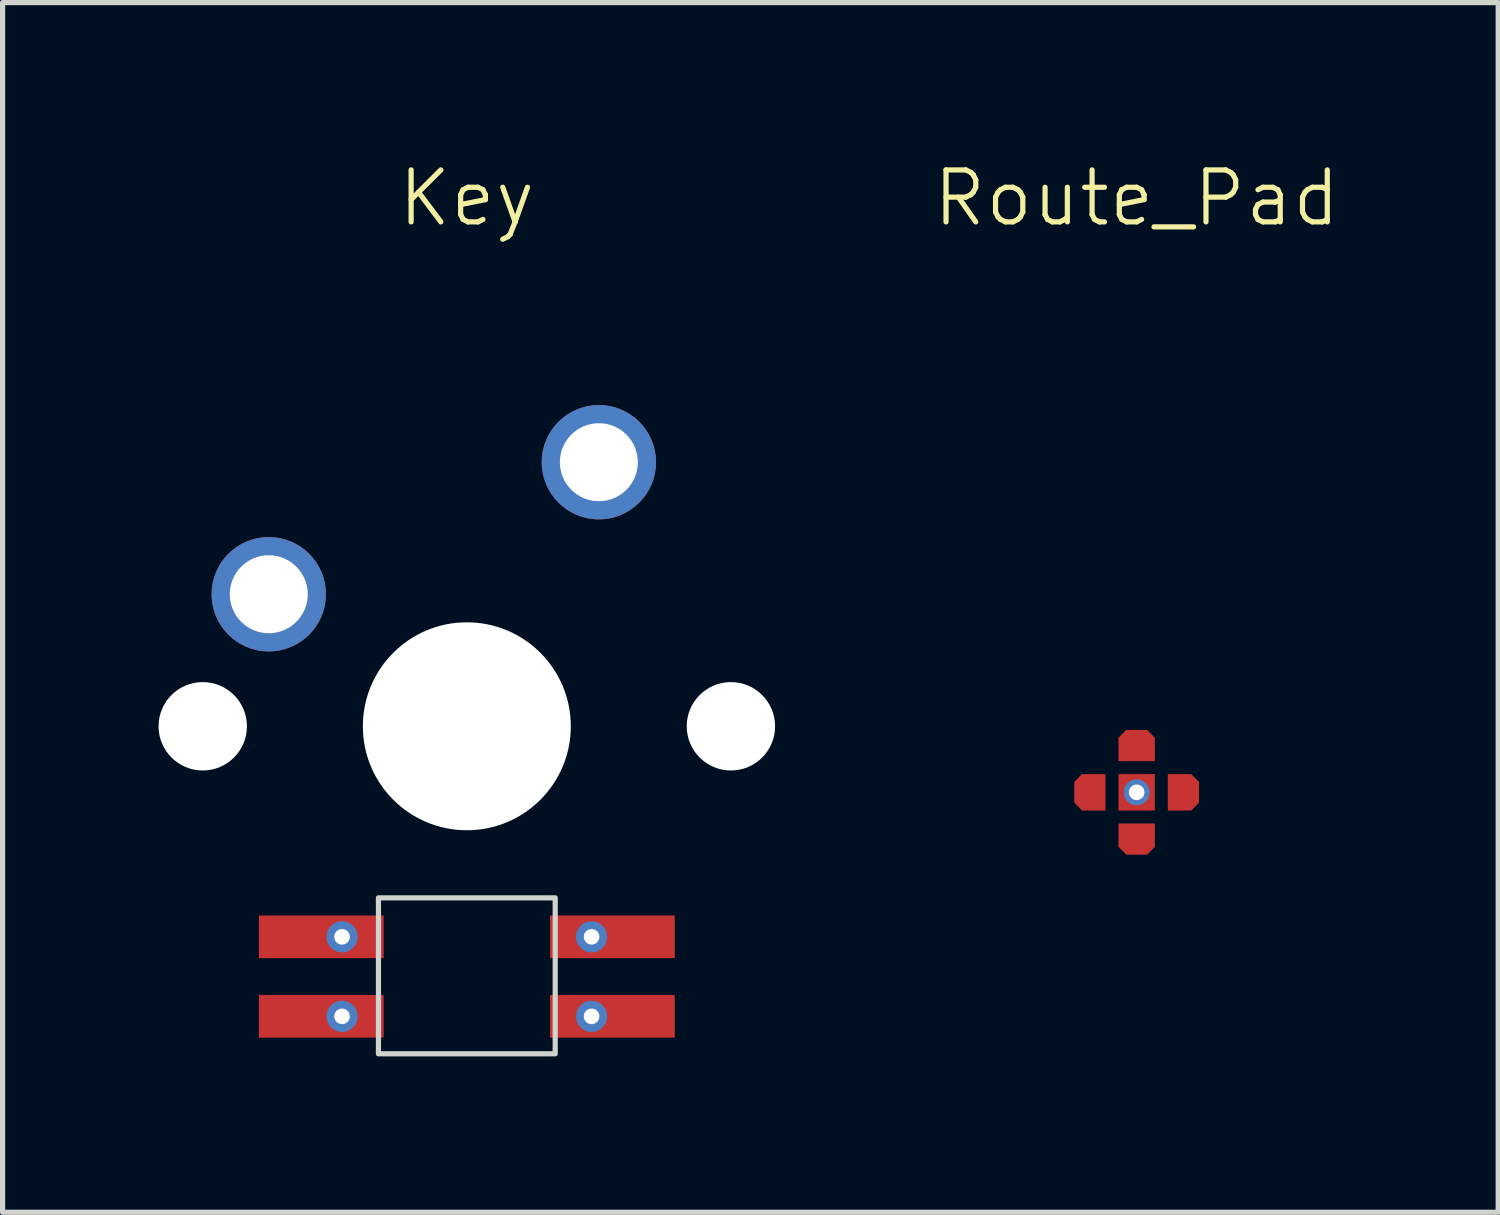
<source format=kicad_pcb>
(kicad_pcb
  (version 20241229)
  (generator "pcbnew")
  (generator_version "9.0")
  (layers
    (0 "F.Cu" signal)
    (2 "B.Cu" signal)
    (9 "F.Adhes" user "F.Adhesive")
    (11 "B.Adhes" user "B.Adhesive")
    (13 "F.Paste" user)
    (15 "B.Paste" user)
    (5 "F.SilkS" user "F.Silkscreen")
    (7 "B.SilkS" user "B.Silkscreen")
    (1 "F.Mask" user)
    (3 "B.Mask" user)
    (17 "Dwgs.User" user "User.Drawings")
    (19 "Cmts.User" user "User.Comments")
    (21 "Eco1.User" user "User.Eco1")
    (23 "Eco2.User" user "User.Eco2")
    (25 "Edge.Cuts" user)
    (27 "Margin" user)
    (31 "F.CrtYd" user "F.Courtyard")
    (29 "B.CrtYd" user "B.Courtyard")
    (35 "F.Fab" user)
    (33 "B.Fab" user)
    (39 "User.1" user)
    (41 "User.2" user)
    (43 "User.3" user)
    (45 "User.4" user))
  (footprint "Key"
    (layer "F.Cu")
    (at 5.93 10.921)
    (property "Reference" "Key" (at 0 -10.16 0) (unlocked yes) (layer "F.SilkS") (effects (font (size 1 1) (thickness 0.1))))
    (attr through_hole)
    (fp_rect (start -1.7 3.3) (end 1.7 6.3) (stroke (width 0.1) (type default)) (fill no) (layer "Edge.Cuts"))
    (pad "" np_thru_hole circle (at -5.08 0) (size 1.7 1.7) (drill 1.7) (layers "*.Cu" "*.Mask"))
    (pad "" np_thru_hole circle (at 0 0) (size 4 4) (drill 4) (layers "*.Cu" "*.Mask"))
    (pad "" np_thru_hole circle (at 5.08 0) (size 1.7 1.7) (drill 1.7) (layers "*.Cu" "*.Mask"))
    (pad "1" thru_hole circle (at 2.54 -5.08) (size 2.2 2.2) (drill 1.5) (layers "*.Cu" "*.Mask"))
    (pad "2" thru_hole circle (at -3.81 -2.54) (size 2.2 2.2) (drill 1.5) (layers "*.Cu" "*.Mask"))
    (pad "3" smd rect (at -2.8 5.58) (size 2.4 0.82) (layers "F.Cu" "F.Mask" "F.Paste"))
    (pad "3" thru_hole circle (at -2.4 5.58) (size 0.6 0.6) (drill 0.3) (layers "*.Cu" "*.Mask"))
    (pad "4" smd rect (at -2.8 4.05) (size 2.4 0.82) (layers "F.Cu" "F.Mask" "F.Paste"))
    (pad "4" thru_hole circle (at -2.4 4.05) (size 0.6 0.6) (drill 0.3) (layers "*.Cu" "*.Mask"))
    (pad "5" thru_hole circle (at 2.4 4.05) (size 0.6 0.6) (drill 0.3) (layers "*.Cu" "*.Mask"))
    (pad "5" smd rect (at 2.8 4.05) (size 2.4 0.82) (layers "F.Cu" "F.Mask" "F.Paste"))
    (pad "6" thru_hole circle (at 2.4 5.58) (size 0.6 0.6) (drill 0.3) (layers "*.Cu" "*.Mask"))
    (pad "6" smd rect (at 2.8 5.58) (size 2.4 0.82) (layers "F.Cu" "F.Mask" "F.Paste")))
  (footprint "Route_Pad"
    (layer "F.Cu")
    (at 18.815 12.191)
    (property "Reference" "Route_Pad" (at 0 -11.43 0) (unlocked yes) (layer "F.SilkS") (effects (font (size 1 1) (thickness 0.1))))
    (attr smd)
    (pad "1" thru_hole circle (at 0 0) (size 0.5 0.5) (drill 0.3) (layers "*.Cu" "*.Mask"))
    (pad "1" smd rect (at 0 0) (size 0.7 0.7) (layers "F.Cu" "F.Mask" "F.Paste"))
    (pad "2" smd roundrect (at 0 -0.9) (size 0.7 0.6) (layers "F.Cu" "F.Mask" "F.Paste") (roundrect_rratio 0) (chamfer_ratio 0.25) (chamfer top_left top_right))
    (pad "3" smd roundrect (at 0 0.9) (size 0.7 0.6) (layers "F.Cu" "F.Mask" "F.Paste") (roundrect_rratio 0) (chamfer_ratio 0.25) (chamfer bottom_left bottom_right))
    (pad "4" smd roundrect (at -0.9 0) (size 0.6 0.7) (layers "F.Cu" "F.Mask" "F.Paste") (roundrect_rratio 0) (chamfer_ratio 0.25) (chamfer top_left bottom_left))
    (pad "5" smd roundrect (at 0.9 0) (size 0.6 0.7) (layers "F.Cu" "F.Mask" "F.Paste") (roundrect_rratio 0) (chamfer_ratio 0.25) (chamfer top_right bottom_right)))
  (gr_rect
    (start -3 -3)
    (end 25.77 20.27)
    (stroke (width 0.1) (type default))
    (fill no)
    (layer "Edge.Cuts")))
</source>
